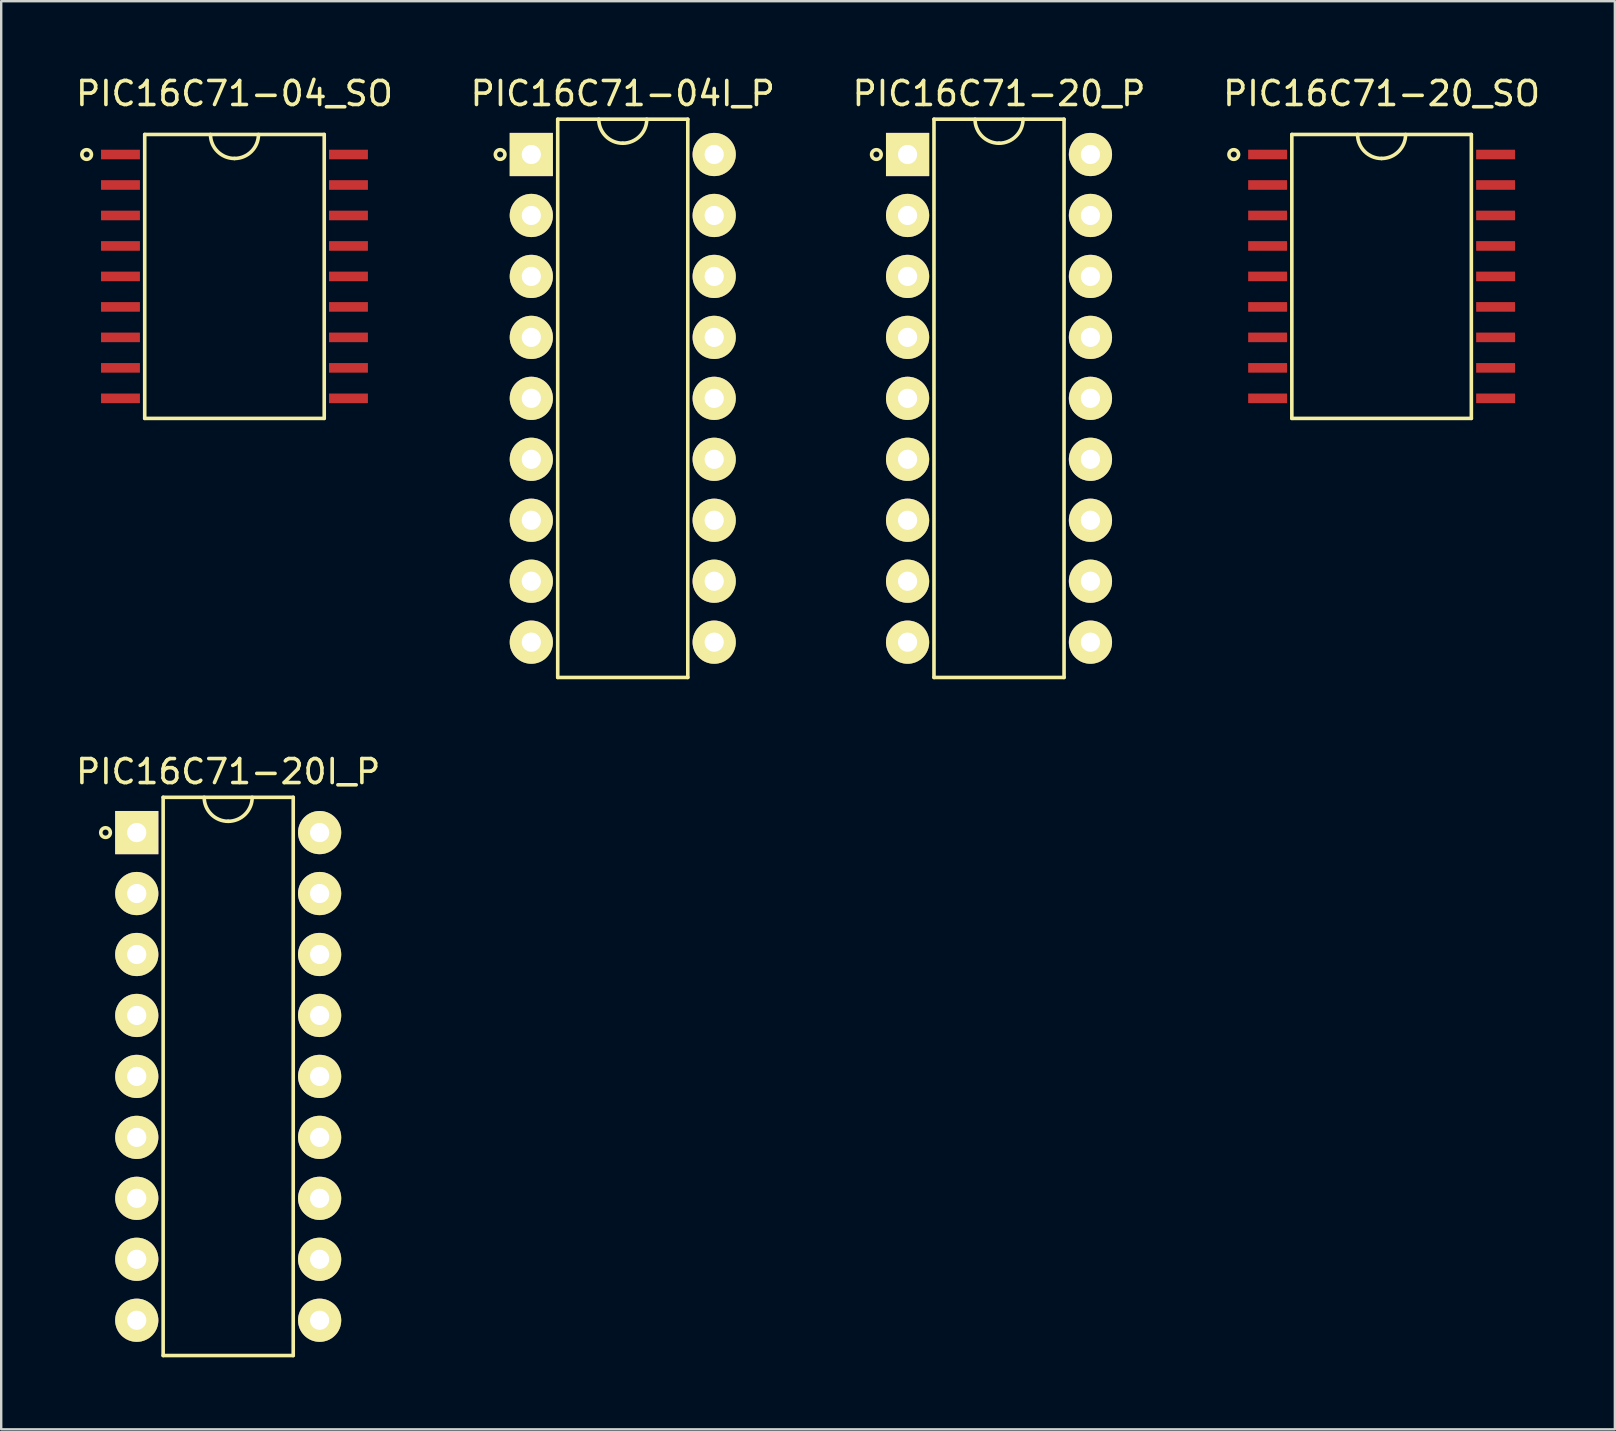
<source format=kicad_pcb>
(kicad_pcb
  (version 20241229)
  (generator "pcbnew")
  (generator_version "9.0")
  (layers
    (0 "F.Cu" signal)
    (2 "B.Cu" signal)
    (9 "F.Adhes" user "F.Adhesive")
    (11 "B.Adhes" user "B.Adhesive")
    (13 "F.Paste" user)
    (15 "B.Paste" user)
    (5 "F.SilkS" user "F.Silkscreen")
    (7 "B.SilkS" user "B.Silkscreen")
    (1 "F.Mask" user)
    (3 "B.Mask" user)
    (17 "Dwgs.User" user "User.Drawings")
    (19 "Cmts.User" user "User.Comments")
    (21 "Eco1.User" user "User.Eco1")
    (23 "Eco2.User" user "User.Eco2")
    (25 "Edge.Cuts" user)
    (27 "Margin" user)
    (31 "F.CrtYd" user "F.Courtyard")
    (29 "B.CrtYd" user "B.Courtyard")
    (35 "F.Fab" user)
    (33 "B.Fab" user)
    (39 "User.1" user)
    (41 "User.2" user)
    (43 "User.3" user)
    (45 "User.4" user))
  (footprint "PIC16C71-04I_P"
    (layer "F.Cu")
    (at 19.089 3.388)
    (property "Reference" "PIC16C71-04I_P" (at 3.81 -2.54 0) (layer "F.SilkS") (effects (font (size 1 1) (thickness 0.15))))
    (attr through_hole)
    (fp_line (start 1.1 -1.47) (end 6.52 -1.47) (stroke (width 0.15) (type solid)) (layer "F.SilkS"))
    (fp_line (start 1.1 21.79) (end 1.1 -1.47) (stroke (width 0.15) (type solid)) (layer "F.SilkS"))
    (fp_line (start 6.52 -1.47) (end 6.52 21.79) (stroke (width 0.15) (type solid)) (layer "F.SilkS"))
    (fp_line (start 6.52 21.79) (end 1.1 21.79) (stroke (width 0.15) (type solid)) (layer "F.SilkS"))
    (fp_arc (start 3.81 -0.47) (mid 3.102893 -0.762893) (end 2.81 -1.47) (stroke (width 0.15) (type solid)) (layer "F.SilkS"))
    (fp_arc (start 4.81 -1.47) (mid 4.517107 -0.762893) (end 3.81 -0.47) (stroke (width 0.15) (type solid)) (layer "F.SilkS"))
    (fp_circle (center -1.3 0) (end -1.3 0.2) (stroke (width 0.15) (type solid)) (fill no) (layer "F.SilkS"))
    (pad "1" thru_hole rect (at 0 0) (size 1.8 1.8) (drill 0.8) (layers "*.Cu" "*.Mask" "F.SilkS"))
    (pad "2" thru_hole circle (at 0 2.54) (size 1.8 1.8) (drill 0.8) (layers "*.Cu" "*.Mask" "F.SilkS"))
    (pad "3" thru_hole circle (at 0 5.08) (size 1.8 1.8) (drill 0.8) (layers "*.Cu" "*.Mask" "F.SilkS"))
    (pad "4" thru_hole circle (at 0 7.62) (size 1.8 1.8) (drill 0.8) (layers "*.Cu" "*.Mask" "F.SilkS"))
    (pad "5" thru_hole circle (at 0 10.16) (size 1.8 1.8) (drill 0.8) (layers "*.Cu" "*.Mask" "F.SilkS"))
    (pad "6" thru_hole circle (at 0 12.7) (size 1.8 1.8) (drill 0.8) (layers "*.Cu" "*.Mask" "F.SilkS"))
    (pad "7" thru_hole circle (at 0 15.24) (size 1.8 1.8) (drill 0.8) (layers "*.Cu" "*.Mask" "F.SilkS"))
    (pad "8" thru_hole circle (at 0 17.78) (size 1.8 1.8) (drill 0.8) (layers "*.Cu" "*.Mask" "F.SilkS"))
    (pad "9" thru_hole circle (at 0 20.32) (size 1.8 1.8) (drill 0.8) (layers "*.Cu" "*.Mask" "F.SilkS"))
    (pad "10" thru_hole circle (at 7.62 20.32) (size 1.8 1.8) (drill 0.8) (layers "*.Cu" "*.Mask" "F.SilkS"))
    (pad "11" thru_hole circle (at 7.62 17.78) (size 1.8 1.8) (drill 0.8) (layers "*.Cu" "*.Mask" "F.SilkS"))
    (pad "12" thru_hole circle (at 7.62 15.24) (size 1.8 1.8) (drill 0.8) (layers "*.Cu" "*.Mask" "F.SilkS"))
    (pad "13" thru_hole circle (at 7.62 12.7) (size 1.8 1.8) (drill 0.8) (layers "*.Cu" "*.Mask" "F.SilkS"))
    (pad "14" thru_hole circle (at 7.62 10.16) (size 1.8 1.8) (drill 0.8) (layers "*.Cu" "*.Mask" "F.SilkS"))
    (pad "15" thru_hole circle (at 7.62 7.62) (size 1.8 1.8) (drill 0.8) (layers "*.Cu" "*.Mask" "F.SilkS"))
    (pad "16" thru_hole circle (at 7.62 5.08) (size 1.8 1.8) (drill 0.8) (layers "*.Cu" "*.Mask" "F.SilkS"))
    (pad "17" thru_hole circle (at 7.62 2.54) (size 1.8 1.8) (drill 0.8) (layers "*.Cu" "*.Mask" "F.SilkS"))
    (pad "18" thru_hole circle (at 7.62 0) (size 1.8 1.8) (drill 0.8) (layers "*.Cu" "*.Mask" "F.SilkS")))
  (footprint "PIC16C71-20_SO"
    (layer "F.Cu")
    (at 49.768 3.388)
    (property "Reference" "PIC16C71-20_SO" (at 4.75 -2.54 0) (layer "F.SilkS") (effects (font (size 1 1) (thickness 0.15))))
    (attr through_hole)
    (fp_line (start 1.01 -0.835) (end 8.49 -0.835) (stroke (width 0.15) (type solid)) (layer "F.SilkS"))
    (fp_line (start 1.01 10.995) (end 1.01 -0.835) (stroke (width 0.15) (type solid)) (layer "F.SilkS"))
    (fp_line (start 8.49 -0.835) (end 8.49 10.995) (stroke (width 0.15) (type solid)) (layer "F.SilkS"))
    (fp_line (start 8.49 10.995) (end 1.01 10.995) (stroke (width 0.15) (type solid)) (layer "F.SilkS"))
    (fp_arc (start 4.75 0.165) (mid 4.042893 -0.127893) (end 3.75 -0.835) (stroke (width 0.15) (type solid)) (layer "F.SilkS"))
    (fp_arc (start 5.75 -0.835) (mid 5.457107 -0.127893) (end 4.75 0.165) (stroke (width 0.15) (type solid)) (layer "F.SilkS"))
    (fp_circle (center -1.41 0) (end -1.41 0.2) (stroke (width 0.15) (type solid)) (fill no) (layer "F.SilkS"))
    (pad "1" smd rect (at 0 0) (size 1.62 0.4) (layers "F.Cu" "F.Mask" "F.Paste"))
    (pad "2" smd rect (at 0 1.27) (size 1.62 0.4) (layers "F.Cu" "F.Mask" "F.Paste"))
    (pad "3" smd rect (at 0 2.54) (size 1.62 0.4) (layers "F.Cu" "F.Mask" "F.Paste"))
    (pad "4" smd rect (at 0 3.81) (size 1.62 0.4) (layers "F.Cu" "F.Mask" "F.Paste"))
    (pad "5" smd rect (at 0 5.08) (size 1.62 0.4) (layers "F.Cu" "F.Mask" "F.Paste"))
    (pad "6" smd rect (at 0 6.35) (size 1.62 0.4) (layers "F.Cu" "F.Mask" "F.Paste"))
    (pad "7" smd rect (at 0 7.62) (size 1.62 0.4) (layers "F.Cu" "F.Mask" "F.Paste"))
    (pad "8" smd rect (at 0 8.89) (size 1.62 0.4) (layers "F.Cu" "F.Mask" "F.Paste"))
    (pad "9" smd rect (at 0 10.16) (size 1.62 0.4) (layers "F.Cu" "F.Mask" "F.Paste"))
    (pad "10" smd rect (at 9.5 10.16) (size 1.62 0.4) (layers "F.Cu" "F.Mask" "F.Paste"))
    (pad "11" smd rect (at 9.5 8.89) (size 1.62 0.4) (layers "F.Cu" "F.Mask" "F.Paste"))
    (pad "12" smd rect (at 9.5 7.62) (size 1.62 0.4) (layers "F.Cu" "F.Mask" "F.Paste"))
    (pad "13" smd rect (at 9.5 6.35) (size 1.62 0.4) (layers "F.Cu" "F.Mask" "F.Paste"))
    (pad "14" smd rect (at 9.5 5.08) (size 1.62 0.4) (layers "F.Cu" "F.Mask" "F.Paste"))
    (pad "15" smd rect (at 9.5 3.81) (size 1.62 0.4) (layers "F.Cu" "F.Mask" "F.Paste"))
    (pad "16" smd rect (at 9.5 2.54) (size 1.62 0.4) (layers "F.Cu" "F.Mask" "F.Paste"))
    (pad "17" smd rect (at 9.5 1.27) (size 1.62 0.4) (layers "F.Cu" "F.Mask" "F.Paste"))
    (pad "18" smd rect (at 9.5 0) (size 1.62 0.4) (layers "F.Cu" "F.Mask" "F.Paste")))
  (footprint "PIC16C71-04_SO"
    (layer "F.Cu")
    (at 1.97 3.388)
    (property "Reference" "PIC16C71-04_SO" (at 4.75 -2.54 0) (layer "F.SilkS") (effects (font (size 1 1) (thickness 0.15))))
    (attr through_hole)
    (fp_line (start 1.01 -0.835) (end 8.49 -0.835) (stroke (width 0.15) (type solid)) (layer "F.SilkS"))
    (fp_line (start 1.01 10.995) (end 1.01 -0.835) (stroke (width 0.15) (type solid)) (layer "F.SilkS"))
    (fp_line (start 8.49 -0.835) (end 8.49 10.995) (stroke (width 0.15) (type solid)) (layer "F.SilkS"))
    (fp_line (start 8.49 10.995) (end 1.01 10.995) (stroke (width 0.15) (type solid)) (layer "F.SilkS"))
    (fp_arc (start 4.75 0.165) (mid 4.042893 -0.127893) (end 3.75 -0.835) (stroke (width 0.15) (type solid)) (layer "F.SilkS"))
    (fp_arc (start 5.75 -0.835) (mid 5.457107 -0.127893) (end 4.75 0.165) (stroke (width 0.15) (type solid)) (layer "F.SilkS"))
    (fp_circle (center -1.41 0) (end -1.41 0.2) (stroke (width 0.15) (type solid)) (fill no) (layer "F.SilkS"))
    (pad "1" smd rect (at 0 0) (size 1.62 0.4) (layers "F.Cu" "F.Mask" "F.Paste"))
    (pad "2" smd rect (at 0 1.27) (size 1.62 0.4) (layers "F.Cu" "F.Mask" "F.Paste"))
    (pad "3" smd rect (at 0 2.54) (size 1.62 0.4) (layers "F.Cu" "F.Mask" "F.Paste"))
    (pad "4" smd rect (at 0 3.81) (size 1.62 0.4) (layers "F.Cu" "F.Mask" "F.Paste"))
    (pad "5" smd rect (at 0 5.08) (size 1.62 0.4) (layers "F.Cu" "F.Mask" "F.Paste"))
    (pad "6" smd rect (at 0 6.35) (size 1.62 0.4) (layers "F.Cu" "F.Mask" "F.Paste"))
    (pad "7" smd rect (at 0 7.62) (size 1.62 0.4) (layers "F.Cu" "F.Mask" "F.Paste"))
    (pad "8" smd rect (at 0 8.89) (size 1.62 0.4) (layers "F.Cu" "F.Mask" "F.Paste"))
    (pad "9" smd rect (at 0 10.16) (size 1.62 0.4) (layers "F.Cu" "F.Mask" "F.Paste"))
    (pad "10" smd rect (at 9.5 10.16) (size 1.62 0.4) (layers "F.Cu" "F.Mask" "F.Paste"))
    (pad "11" smd rect (at 9.5 8.89) (size 1.62 0.4) (layers "F.Cu" "F.Mask" "F.Paste"))
    (pad "12" smd rect (at 9.5 7.62) (size 1.62 0.4) (layers "F.Cu" "F.Mask" "F.Paste"))
    (pad "13" smd rect (at 9.5 6.35) (size 1.62 0.4) (layers "F.Cu" "F.Mask" "F.Paste"))
    (pad "14" smd rect (at 9.5 5.08) (size 1.62 0.4) (layers "F.Cu" "F.Mask" "F.Paste"))
    (pad "15" smd rect (at 9.5 3.81) (size 1.62 0.4) (layers "F.Cu" "F.Mask" "F.Paste"))
    (pad "16" smd rect (at 9.5 2.54) (size 1.62 0.4) (layers "F.Cu" "F.Mask" "F.Paste"))
    (pad "17" smd rect (at 9.5 1.27) (size 1.62 0.4) (layers "F.Cu" "F.Mask" "F.Paste"))
    (pad "18" smd rect (at 9.5 0) (size 1.62 0.4) (layers "F.Cu" "F.Mask" "F.Paste")))
  (footprint "PIC16C71-20_P"
    (layer "F.Cu")
    (at 34.767 3.388)
    (property "Reference" "PIC16C71-20_P" (at 3.81 -2.54 0) (layer "F.SilkS") (effects (font (size 1 1) (thickness 0.15))))
    (attr through_hole)
    (fp_line (start 1.1 -1.47) (end 6.52 -1.47) (stroke (width 0.15) (type solid)) (layer "F.SilkS"))
    (fp_line (start 1.1 21.79) (end 1.1 -1.47) (stroke (width 0.15) (type solid)) (layer "F.SilkS"))
    (fp_line (start 6.52 -1.47) (end 6.52 21.79) (stroke (width 0.15) (type solid)) (layer "F.SilkS"))
    (fp_line (start 6.52 21.79) (end 1.1 21.79) (stroke (width 0.15) (type solid)) (layer "F.SilkS"))
    (fp_arc (start 3.81 -0.47) (mid 3.102893 -0.762893) (end 2.81 -1.47) (stroke (width 0.15) (type solid)) (layer "F.SilkS"))
    (fp_arc (start 4.81 -1.47) (mid 4.517107 -0.762893) (end 3.81 -0.47) (stroke (width 0.15) (type solid)) (layer "F.SilkS"))
    (fp_circle (center -1.3 0) (end -1.3 0.2) (stroke (width 0.15) (type solid)) (fill no) (layer "F.SilkS"))
    (pad "1" thru_hole rect (at 0 0) (size 1.8 1.8) (drill 0.8) (layers "*.Cu" "*.Mask" "F.SilkS"))
    (pad "2" thru_hole circle (at 0 2.54) (size 1.8 1.8) (drill 0.8) (layers "*.Cu" "*.Mask" "F.SilkS"))
    (pad "3" thru_hole circle (at 0 5.08) (size 1.8 1.8) (drill 0.8) (layers "*.Cu" "*.Mask" "F.SilkS"))
    (pad "4" thru_hole circle (at 0 7.62) (size 1.8 1.8) (drill 0.8) (layers "*.Cu" "*.Mask" "F.SilkS"))
    (pad "5" thru_hole circle (at 0 10.16) (size 1.8 1.8) (drill 0.8) (layers "*.Cu" "*.Mask" "F.SilkS"))
    (pad "6" thru_hole circle (at 0 12.7) (size 1.8 1.8) (drill 0.8) (layers "*.Cu" "*.Mask" "F.SilkS"))
    (pad "7" thru_hole circle (at 0 15.24) (size 1.8 1.8) (drill 0.8) (layers "*.Cu" "*.Mask" "F.SilkS"))
    (pad "8" thru_hole circle (at 0 17.78) (size 1.8 1.8) (drill 0.8) (layers "*.Cu" "*.Mask" "F.SilkS"))
    (pad "9" thru_hole circle (at 0 20.32) (size 1.8 1.8) (drill 0.8) (layers "*.Cu" "*.Mask" "F.SilkS"))
    (pad "10" thru_hole circle (at 7.62 20.32) (size 1.8 1.8) (drill 0.8) (layers "*.Cu" "*.Mask" "F.SilkS"))
    (pad "11" thru_hole circle (at 7.62 17.78) (size 1.8 1.8) (drill 0.8) (layers "*.Cu" "*.Mask" "F.SilkS"))
    (pad "12" thru_hole circle (at 7.62 15.24) (size 1.8 1.8) (drill 0.8) (layers "*.Cu" "*.Mask" "F.SilkS"))
    (pad "13" thru_hole circle (at 7.62 12.7) (size 1.8 1.8) (drill 0.8) (layers "*.Cu" "*.Mask" "F.SilkS"))
    (pad "14" thru_hole circle (at 7.62 10.16) (size 1.8 1.8) (drill 0.8) (layers "*.Cu" "*.Mask" "F.SilkS"))
    (pad "15" thru_hole circle (at 7.62 7.62) (size 1.8 1.8) (drill 0.8) (layers "*.Cu" "*.Mask" "F.SilkS"))
    (pad "16" thru_hole circle (at 7.62 5.08) (size 1.8 1.8) (drill 0.8) (layers "*.Cu" "*.Mask" "F.SilkS"))
    (pad "17" thru_hole circle (at 7.62 2.54) (size 1.8 1.8) (drill 0.8) (layers "*.Cu" "*.Mask" "F.SilkS"))
    (pad "18" thru_hole circle (at 7.62 0) (size 1.8 1.8) (drill 0.8) (layers "*.Cu" "*.Mask" "F.SilkS")))
  (footprint "PIC16C71-20I_P"
    (layer "F.Cu")
    (at 2.648 31.642)
    (property "Reference" "PIC16C71-20I_P" (at 3.81 -2.54 0) (layer "F.SilkS") (effects (font (size 1 1) (thickness 0.15))))
    (attr through_hole)
    (fp_line (start 1.1 -1.47) (end 6.52 -1.47) (stroke (width 0.15) (type solid)) (layer "F.SilkS"))
    (fp_line (start 1.1 21.79) (end 1.1 -1.47) (stroke (width 0.15) (type solid)) (layer "F.SilkS"))
    (fp_line (start 6.52 -1.47) (end 6.52 21.79) (stroke (width 0.15) (type solid)) (layer "F.SilkS"))
    (fp_line (start 6.52 21.79) (end 1.1 21.79) (stroke (width 0.15) (type solid)) (layer "F.SilkS"))
    (fp_arc (start 3.81 -0.47) (mid 3.102893 -0.762893) (end 2.81 -1.47) (stroke (width 0.15) (type solid)) (layer "F.SilkS"))
    (fp_arc (start 4.81 -1.47) (mid 4.517107 -0.762893) (end 3.81 -0.47) (stroke (width 0.15) (type solid)) (layer "F.SilkS"))
    (fp_circle (center -1.3 0) (end -1.3 0.2) (stroke (width 0.15) (type solid)) (fill no) (layer "F.SilkS"))
    (pad "1" thru_hole rect (at 0 0) (size 1.8 1.8) (drill 0.8) (layers "*.Cu" "*.Mask" "F.SilkS"))
    (pad "2" thru_hole circle (at 0 2.54) (size 1.8 1.8) (drill 0.8) (layers "*.Cu" "*.Mask" "F.SilkS"))
    (pad "3" thru_hole circle (at 0 5.08) (size 1.8 1.8) (drill 0.8) (layers "*.Cu" "*.Mask" "F.SilkS"))
    (pad "4" thru_hole circle (at 0 7.62) (size 1.8 1.8) (drill 0.8) (layers "*.Cu" "*.Mask" "F.SilkS"))
    (pad "5" thru_hole circle (at 0 10.16) (size 1.8 1.8) (drill 0.8) (layers "*.Cu" "*.Mask" "F.SilkS"))
    (pad "6" thru_hole circle (at 0 12.7) (size 1.8 1.8) (drill 0.8) (layers "*.Cu" "*.Mask" "F.SilkS"))
    (pad "7" thru_hole circle (at 0 15.24) (size 1.8 1.8) (drill 0.8) (layers "*.Cu" "*.Mask" "F.SilkS"))
    (pad "8" thru_hole circle (at 0 17.78) (size 1.8 1.8) (drill 0.8) (layers "*.Cu" "*.Mask" "F.SilkS"))
    (pad "9" thru_hole circle (at 0 20.32) (size 1.8 1.8) (drill 0.8) (layers "*.Cu" "*.Mask" "F.SilkS"))
    (pad "10" thru_hole circle (at 7.62 20.32) (size 1.8 1.8) (drill 0.8) (layers "*.Cu" "*.Mask" "F.SilkS"))
    (pad "11" thru_hole circle (at 7.62 17.78) (size 1.8 1.8) (drill 0.8) (layers "*.Cu" "*.Mask" "F.SilkS"))
    (pad "12" thru_hole circle (at 7.62 15.24) (size 1.8 1.8) (drill 0.8) (layers "*.Cu" "*.Mask" "F.SilkS"))
    (pad "13" thru_hole circle (at 7.62 12.7) (size 1.8 1.8) (drill 0.8) (layers "*.Cu" "*.Mask" "F.SilkS"))
    (pad "14" thru_hole circle (at 7.62 10.16) (size 1.8 1.8) (drill 0.8) (layers "*.Cu" "*.Mask" "F.SilkS"))
    (pad "15" thru_hole circle (at 7.62 7.62) (size 1.8 1.8) (drill 0.8) (layers "*.Cu" "*.Mask" "F.SilkS"))
    (pad "16" thru_hole circle (at 7.62 5.08) (size 1.8 1.8) (drill 0.8) (layers "*.Cu" "*.Mask" "F.SilkS"))
    (pad "17" thru_hole circle (at 7.62 2.54) (size 1.8 1.8) (drill 0.8) (layers "*.Cu" "*.Mask" "F.SilkS"))
    (pad "18" thru_hole circle (at 7.62 0) (size 1.8 1.8) (drill 0.8) (layers "*.Cu" "*.Mask" "F.SilkS")))
  (gr_rect
    (start -3 -3)
    (end 64.238 56.507)
    (stroke (width 0.1) (type default))
    (fill no)
    (layer "Edge.Cuts")))
</source>
